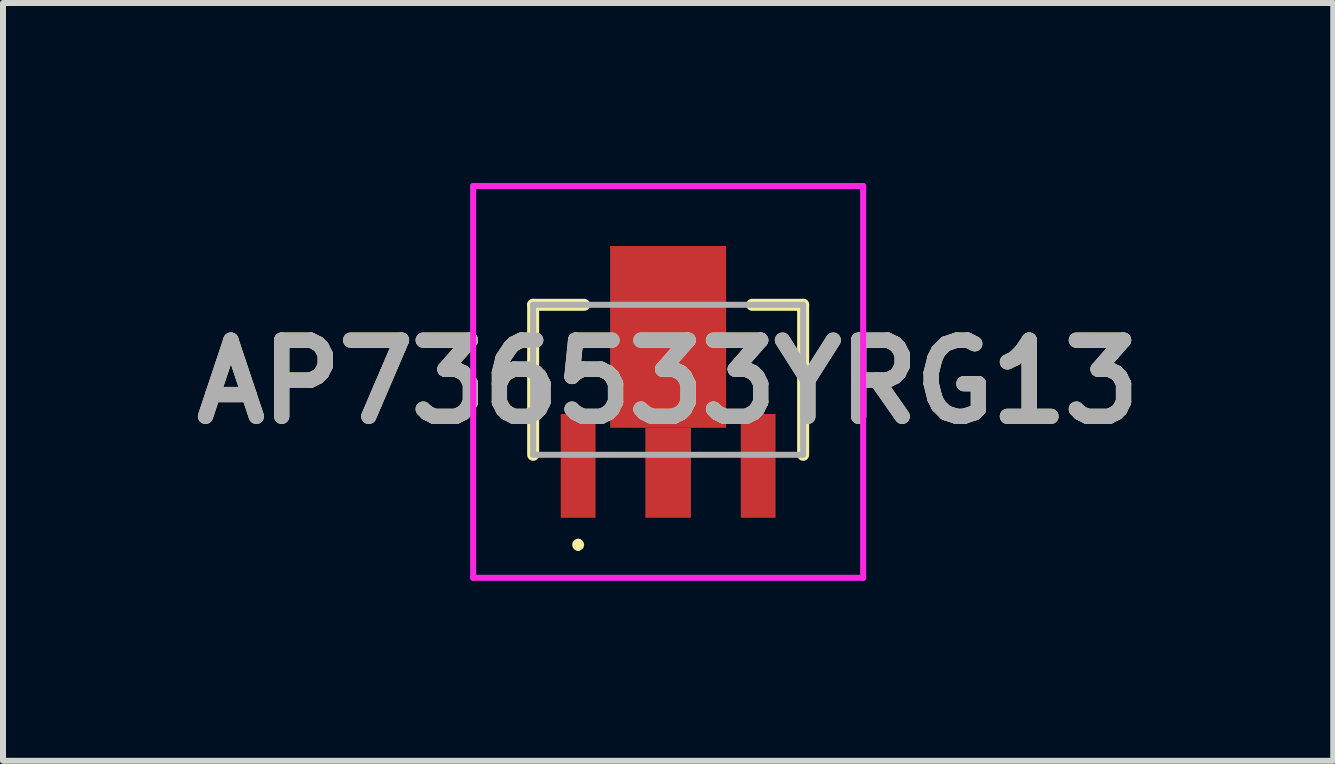
<source format=kicad_pcb>
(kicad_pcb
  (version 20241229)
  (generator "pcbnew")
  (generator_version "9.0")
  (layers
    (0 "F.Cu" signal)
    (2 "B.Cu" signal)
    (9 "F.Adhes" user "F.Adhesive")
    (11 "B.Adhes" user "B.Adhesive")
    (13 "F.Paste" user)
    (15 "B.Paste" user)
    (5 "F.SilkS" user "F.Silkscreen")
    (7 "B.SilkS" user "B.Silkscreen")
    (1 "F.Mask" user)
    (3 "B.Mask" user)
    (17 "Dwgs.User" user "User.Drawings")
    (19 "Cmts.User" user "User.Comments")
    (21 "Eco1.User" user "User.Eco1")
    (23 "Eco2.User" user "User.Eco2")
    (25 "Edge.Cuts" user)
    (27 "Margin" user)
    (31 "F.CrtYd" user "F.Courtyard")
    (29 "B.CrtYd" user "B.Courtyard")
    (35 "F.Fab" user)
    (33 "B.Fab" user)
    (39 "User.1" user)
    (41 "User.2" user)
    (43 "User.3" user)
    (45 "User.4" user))
  (footprint "AP736533YRG13"
    (layer "F.Cu")
    (at 8.086 3.28)
    (property "Reference" "AP736533YRG13" (at 0 0.035 0) (layer "F.SilkS") (effects (font (size 1.27 1.27) (thickness 0.254))))
    (attr smd)
    (fp_line (start -2.25 -1.25) (end -2.25 1.25) (stroke (width 0.2) (type solid)) (layer "F.SilkS"))
    (fp_line (start -1.5 2.7) (end -1.5 2.7) (stroke (width 0.1) (type solid)) (layer "F.SilkS"))
    (fp_line (start -1.5 2.8) (end -1.5 2.8) (stroke (width 0.1) (type solid)) (layer "F.SilkS"))
    (fp_line (start -1.4 -1.25) (end -2.25 -1.25) (stroke (width 0.2) (type solid)) (layer "F.SilkS"))
    (fp_line (start 1.4 -1.25) (end 2.25 -1.25) (stroke (width 0.2) (type solid)) (layer "F.SilkS"))
    (fp_line (start 2.25 -1.25) (end 2.25 1.25) (stroke (width 0.2) (type solid)) (layer "F.SilkS"))
    (fp_arc (start -1.5 2.7) (mid -1.45 2.75) (end -1.5 2.8) (stroke (width 0.1) (type solid)) (layer "F.SilkS"))
    (fp_arc (start -1.5 2.8) (mid -1.55 2.75) (end -1.5 2.7) (stroke (width 0.1) (type solid)) (layer "F.SilkS"))
    (fp_line (start -3.25 -3.23) (end 3.25 -3.23) (stroke (width 0.1) (type solid)) (layer "F.CrtYd"))
    (fp_line (start -3.25 3.3) (end -3.25 -3.23) (stroke (width 0.1) (type solid)) (layer "F.CrtYd"))
    (fp_line (start 3.25 -3.23) (end 3.25 3.3) (stroke (width 0.1) (type solid)) (layer "F.CrtYd"))
    (fp_line (start 3.25 3.3) (end -3.25 3.3) (stroke (width 0.1) (type solid)) (layer "F.CrtYd"))
    (fp_line (start -2.25 -1.25) (end 2.25 -1.25) (stroke (width 0.1) (type solid)) (layer "F.Fab"))
    (fp_line (start -2.25 1.25) (end -2.25 -1.25) (stroke (width 0.1) (type solid)) (layer "F.Fab"))
    (fp_line (start 2.25 -1.25) (end 2.25 1.25) (stroke (width 0.1) (type solid)) (layer "F.Fab"))
    (fp_line (start 2.25 1.25) (end -2.25 1.25) (stroke (width 0.1) (type solid)) (layer "F.Fab"))
    (fp_text user "${REFERENCE}" (at 0 0.035 0) (layer "F.Fab") (effects (font (size 1.27 1.27) (thickness 0.254))))
    (pad "1" smd rect (at -1.5 1.435) (size 0.58 1.73) (layers "F.Cu" "F.Mask" "F.Paste"))
    (pad "2" smd rect (at 0 -0.715) (size 1.933 3.03) (layers "F.Cu" "F.Mask" "F.Paste"))
    (pad "2" smd rect (at 0 1.55) (size 0.76 1.5) (layers "F.Cu" "F.Mask" "F.Paste"))
    (pad "3" smd rect (at 1.5 1.435) (size 0.58 1.73) (layers "F.Cu" "F.Mask" "F.Paste")))
  (gr_rect
    (start -3 -3)
    (end 19.171 9.63)
    (stroke (width 0.1) (type default))
    (fill no)
    (layer "Edge.Cuts")))
</source>
